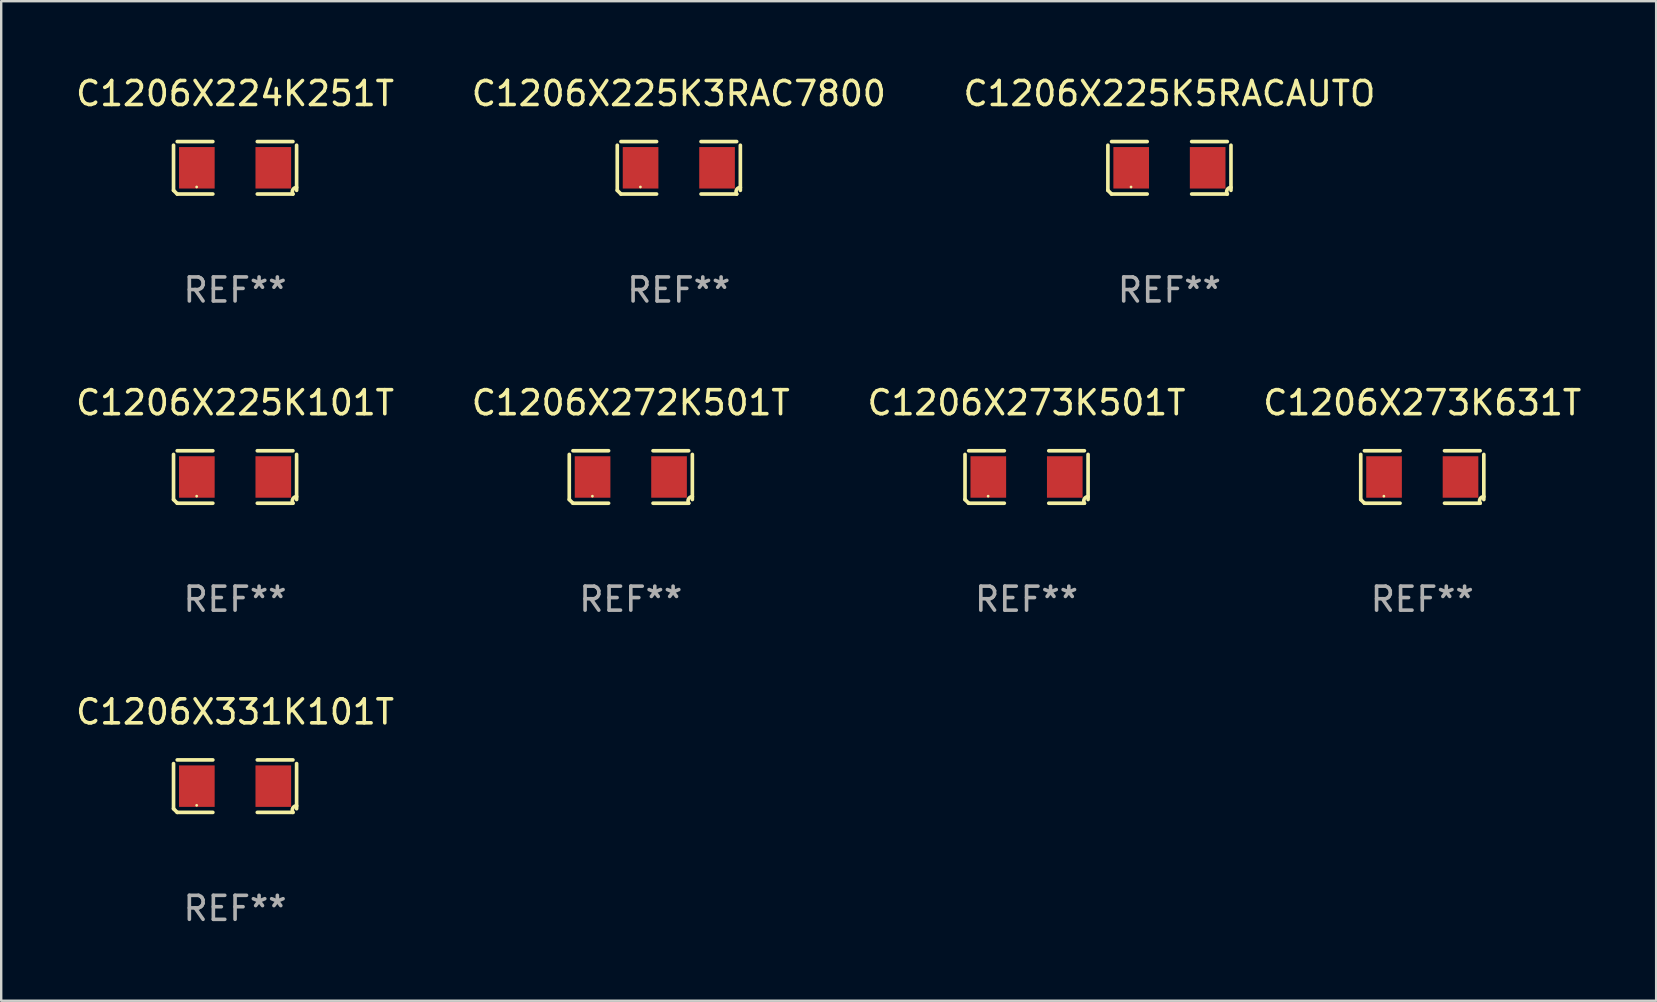
<source format=kicad_pcb>
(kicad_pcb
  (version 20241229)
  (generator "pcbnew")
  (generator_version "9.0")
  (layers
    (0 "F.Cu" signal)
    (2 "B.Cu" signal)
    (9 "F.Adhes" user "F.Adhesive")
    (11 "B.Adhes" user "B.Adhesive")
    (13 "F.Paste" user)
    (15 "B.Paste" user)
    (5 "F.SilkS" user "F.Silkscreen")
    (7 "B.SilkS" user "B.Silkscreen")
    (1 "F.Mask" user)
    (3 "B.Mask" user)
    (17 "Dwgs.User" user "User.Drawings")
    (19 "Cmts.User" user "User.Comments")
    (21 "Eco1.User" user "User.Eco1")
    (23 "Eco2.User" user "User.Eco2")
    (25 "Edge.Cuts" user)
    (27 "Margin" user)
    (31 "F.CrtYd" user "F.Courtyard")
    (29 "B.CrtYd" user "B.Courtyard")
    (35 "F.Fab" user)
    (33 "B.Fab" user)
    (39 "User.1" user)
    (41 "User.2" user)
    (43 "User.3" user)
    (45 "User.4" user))
  (footprint "C1206X273K631T"
    (layer "F.Cu")
    (at 56.208 16.823)
    (property "Reference" "C1206X273K631T" (at 0 -3.093 0) (layer "F.SilkS") (effects (font (size 1 1) (thickness 0.15))))
    (attr through_hole)
    (fp_line (start -2.564 0.94) (end -2.564 -0.94) (stroke (width 0.152) (type solid)) (layer "F.SilkS"))
    (fp_line (start -2.411 -1.093) (end -0.926 -1.093) (stroke (width 0.152) (type solid)) (layer "F.SilkS"))
    (fp_line (start -0.926 1.093) (end -2.411 1.093) (stroke (width 0.152) (type solid)) (layer "F.SilkS"))
    (fp_line (start 0.926 1.093) (end 2.411 1.093) (stroke (width 0.152) (type solid)) (layer "F.SilkS"))
    (fp_line (start 2.411 -1.093) (end 0.926 -1.093) (stroke (width 0.152) (type solid)) (layer "F.SilkS"))
    (fp_line (start 2.564 0.94) (end 2.564 -0.94) (stroke (width 0.152) (type solid)) (layer "F.SilkS"))
    (fp_arc (start -2.411201 1.092609) (mid -2.487413 1.01642) (end -2.563602 0.940208) (stroke (width 0.1524) (type solid)) (layer "F.SilkS"))
    (fp_arc (start 2.411201 1.092609) (mid 2.407159 0.911226) (end 2.563602 0.819347) (stroke (width 0.1524) (type solid)) (layer "F.SilkS"))
    (fp_circle (center -1.6 0.8) (end -1.57 0.8) (stroke (width 0.06) (type solid)) (fill no) (layer "F.SilkS"))
    (fp_text user "REF**" (at 0 5.093 0) (layer "F.Fab") (effects (font (size 1 1) (thickness 0.15))))
    (pad "1" smd rect (at -1.593 0) (size 1.485 1.728) (layers "F.Cu" "F.Mask" "F.Paste"))
    (pad "2" smd rect (at 1.593 0) (size 1.485 1.728) (layers "F.Cu" "F.Mask" "F.Paste")))
  (footprint "C1206X225K5RACAUTO"
    (layer "F.Cu")
    (at 45.673 3.941)
    (property "Reference" "C1206X225K5RACAUTO" (at 0 -3.093 0) (layer "F.SilkS") (effects (font (size 1 1) (thickness 0.15))))
    (attr through_hole)
    (fp_line (start -2.564 0.94) (end -2.564 -0.94) (stroke (width 0.152) (type solid)) (layer "F.SilkS"))
    (fp_line (start -2.411 -1.093) (end -0.926 -1.093) (stroke (width 0.152) (type solid)) (layer "F.SilkS"))
    (fp_line (start -0.926 1.093) (end -2.411 1.093) (stroke (width 0.152) (type solid)) (layer "F.SilkS"))
    (fp_line (start 0.926 1.093) (end 2.411 1.093) (stroke (width 0.152) (type solid)) (layer "F.SilkS"))
    (fp_line (start 2.411 -1.093) (end 0.926 -1.093) (stroke (width 0.152) (type solid)) (layer "F.SilkS"))
    (fp_line (start 2.564 0.94) (end 2.564 -0.94) (stroke (width 0.152) (type solid)) (layer "F.SilkS"))
    (fp_arc (start -2.411201 1.092609) (mid -2.487413 1.01642) (end -2.563602 0.940208) (stroke (width 0.1524) (type solid)) (layer "F.SilkS"))
    (fp_arc (start 2.411201 1.092609) (mid 2.407159 0.911226) (end 2.563602 0.819347) (stroke (width 0.1524) (type solid)) (layer "F.SilkS"))
    (fp_circle (center -1.6 0.8) (end -1.57 0.8) (stroke (width 0.06) (type solid)) (fill no) (layer "F.SilkS"))
    (fp_text user "REF**" (at 0 5.093 0) (layer "F.Fab") (effects (font (size 1 1) (thickness 0.15))))
    (pad "1" smd rect (at -1.593 0) (size 1.485 1.728) (layers "F.Cu" "F.Mask" "F.Paste"))
    (pad "2" smd rect (at 1.593 0) (size 1.485 1.728) (layers "F.Cu" "F.Mask" "F.Paste")))
  (footprint "C1206X272K501T"
    (layer "F.Cu")
    (at 23.232 16.823)
    (property "Reference" "C1206X272K501T" (at 0 -3.093 0) (layer "F.SilkS") (effects (font (size 1 1) (thickness 0.15))))
    (attr through_hole)
    (fp_line (start -2.564 0.94) (end -2.564 -0.94) (stroke (width 0.152) (type solid)) (layer "F.SilkS"))
    (fp_line (start -2.411 -1.093) (end -0.926 -1.093) (stroke (width 0.152) (type solid)) (layer "F.SilkS"))
    (fp_line (start -0.926 1.093) (end -2.411 1.093) (stroke (width 0.152) (type solid)) (layer "F.SilkS"))
    (fp_line (start 0.926 1.093) (end 2.411 1.093) (stroke (width 0.152) (type solid)) (layer "F.SilkS"))
    (fp_line (start 2.411 -1.093) (end 0.926 -1.093) (stroke (width 0.152) (type solid)) (layer "F.SilkS"))
    (fp_line (start 2.564 0.94) (end 2.564 -0.94) (stroke (width 0.152) (type solid)) (layer "F.SilkS"))
    (fp_arc (start -2.411201 1.092609) (mid -2.487413 1.01642) (end -2.563602 0.940208) (stroke (width 0.1524) (type solid)) (layer "F.SilkS"))
    (fp_arc (start 2.411201 1.092609) (mid 2.407159 0.911226) (end 2.563602 0.819347) (stroke (width 0.1524) (type solid)) (layer "F.SilkS"))
    (fp_circle (center -1.6 0.8) (end -1.57 0.8) (stroke (width 0.06) (type solid)) (fill no) (layer "F.SilkS"))
    (fp_text user "REF**" (at 0 5.093 0) (layer "F.Fab") (effects (font (size 1 1) (thickness 0.15))))
    (pad "1" smd rect (at -1.593 0) (size 1.485 1.728) (layers "F.Cu" "F.Mask" "F.Paste"))
    (pad "2" smd rect (at 1.593 0) (size 1.485 1.728) (layers "F.Cu" "F.Mask" "F.Paste")))
  (footprint "C1206X273K501T"
    (layer "F.Cu")
    (at 39.72 16.823)
    (property "Reference" "C1206X273K501T" (at 0 -3.093 0) (layer "F.SilkS") (effects (font (size 1 1) (thickness 0.15))))
    (attr through_hole)
    (fp_line (start -2.564 0.94) (end -2.564 -0.94) (stroke (width 0.152) (type solid)) (layer "F.SilkS"))
    (fp_line (start -2.411 -1.093) (end -0.926 -1.093) (stroke (width 0.152) (type solid)) (layer "F.SilkS"))
    (fp_line (start -0.926 1.093) (end -2.411 1.093) (stroke (width 0.152) (type solid)) (layer "F.SilkS"))
    (fp_line (start 0.926 1.093) (end 2.411 1.093) (stroke (width 0.152) (type solid)) (layer "F.SilkS"))
    (fp_line (start 2.411 -1.093) (end 0.926 -1.093) (stroke (width 0.152) (type solid)) (layer "F.SilkS"))
    (fp_line (start 2.564 0.94) (end 2.564 -0.94) (stroke (width 0.152) (type solid)) (layer "F.SilkS"))
    (fp_arc (start -2.411201 1.092609) (mid -2.487413 1.01642) (end -2.563602 0.940208) (stroke (width 0.1524) (type solid)) (layer "F.SilkS"))
    (fp_arc (start 2.411201 1.092609) (mid 2.407159 0.911226) (end 2.563602 0.819347) (stroke (width 0.1524) (type solid)) (layer "F.SilkS"))
    (fp_circle (center -1.6 0.8) (end -1.57 0.8) (stroke (width 0.06) (type solid)) (fill no) (layer "F.SilkS"))
    (fp_text user "REF**" (at 0 5.093 0) (layer "F.Fab") (effects (font (size 1 1) (thickness 0.15))))
    (pad "1" smd rect (at -1.593 0) (size 1.485 1.728) (layers "F.Cu" "F.Mask" "F.Paste"))
    (pad "2" smd rect (at 1.593 0) (size 1.485 1.728) (layers "F.Cu" "F.Mask" "F.Paste")))
  (footprint "C1206X331K101T"
    (layer "F.Cu")
    (at 6.744 29.704)
    (property "Reference" "C1206X331K101T" (at 0 -3.093 0) (layer "F.SilkS") (effects (font (size 1 1) (thickness 0.15))))
    (attr through_hole)
    (fp_line (start -2.564 0.94) (end -2.564 -0.94) (stroke (width 0.152) (type solid)) (layer "F.SilkS"))
    (fp_line (start -2.411 -1.093) (end -0.926 -1.093) (stroke (width 0.152) (type solid)) (layer "F.SilkS"))
    (fp_line (start -0.926 1.093) (end -2.411 1.093) (stroke (width 0.152) (type solid)) (layer "F.SilkS"))
    (fp_line (start 0.926 1.093) (end 2.411 1.093) (stroke (width 0.152) (type solid)) (layer "F.SilkS"))
    (fp_line (start 2.411 -1.093) (end 0.926 -1.093) (stroke (width 0.152) (type solid)) (layer "F.SilkS"))
    (fp_line (start 2.564 0.94) (end 2.564 -0.94) (stroke (width 0.152) (type solid)) (layer "F.SilkS"))
    (fp_arc (start -2.411201 1.092609) (mid -2.487413 1.01642) (end -2.563602 0.940208) (stroke (width 0.1524) (type solid)) (layer "F.SilkS"))
    (fp_arc (start 2.411201 1.092609) (mid 2.407159 0.911226) (end 2.563602 0.819347) (stroke (width 0.1524) (type solid)) (layer "F.SilkS"))
    (fp_circle (center -1.6 0.8) (end -1.57 0.8) (stroke (width 0.06) (type solid)) (fill no) (layer "F.SilkS"))
    (fp_text user "REF**" (at 0 5.093 0) (layer "F.Fab") (effects (font (size 1 1) (thickness 0.15))))
    (pad "1" smd rect (at -1.593 0) (size 1.485 1.728) (layers "F.Cu" "F.Mask" "F.Paste"))
    (pad "2" smd rect (at 1.593 0) (size 1.485 1.728) (layers "F.Cu" "F.Mask" "F.Paste")))
  (footprint "C1206X225K101T"
    (layer "F.Cu")
    (at 6.744 16.823)
    (property "Reference" "C1206X225K101T" (at 0 -3.093 0) (layer "F.SilkS") (effects (font (size 1 1) (thickness 0.15))))
    (attr through_hole)
    (fp_line (start -2.564 0.94) (end -2.564 -0.94) (stroke (width 0.152) (type solid)) (layer "F.SilkS"))
    (fp_line (start -2.411 -1.093) (end -0.926 -1.093) (stroke (width 0.152) (type solid)) (layer "F.SilkS"))
    (fp_line (start -0.926 1.093) (end -2.411 1.093) (stroke (width 0.152) (type solid)) (layer "F.SilkS"))
    (fp_line (start 0.926 1.093) (end 2.411 1.093) (stroke (width 0.152) (type solid)) (layer "F.SilkS"))
    (fp_line (start 2.411 -1.093) (end 0.926 -1.093) (stroke (width 0.152) (type solid)) (layer "F.SilkS"))
    (fp_line (start 2.564 0.94) (end 2.564 -0.94) (stroke (width 0.152) (type solid)) (layer "F.SilkS"))
    (fp_arc (start -2.411201 1.092609) (mid -2.487413 1.01642) (end -2.563602 0.940208) (stroke (width 0.1524) (type solid)) (layer "F.SilkS"))
    (fp_arc (start 2.411201 1.092609) (mid 2.407159 0.911226) (end 2.563602 0.819347) (stroke (width 0.1524) (type solid)) (layer "F.SilkS"))
    (fp_circle (center -1.6 0.8) (end -1.57 0.8) (stroke (width 0.06) (type solid)) (fill no) (layer "F.SilkS"))
    (fp_text user "REF**" (at 0 5.093 0) (layer "F.Fab") (effects (font (size 1 1) (thickness 0.15))))
    (pad "1" smd rect (at -1.593 0) (size 1.485 1.728) (layers "F.Cu" "F.Mask" "F.Paste"))
    (pad "2" smd rect (at 1.593 0) (size 1.485 1.728) (layers "F.Cu" "F.Mask" "F.Paste")))
  (footprint "C1206X225K3RAC7800"
    (layer "F.Cu")
    (at 25.232 3.941)
    (property "Reference" "C1206X225K3RAC7800" (at 0 -3.093 0) (layer "F.SilkS") (effects (font (size 1 1) (thickness 0.15))))
    (attr through_hole)
    (fp_line (start -2.564 0.94) (end -2.564 -0.94) (stroke (width 0.152) (type solid)) (layer "F.SilkS"))
    (fp_line (start -2.411 -1.093) (end -0.926 -1.093) (stroke (width 0.152) (type solid)) (layer "F.SilkS"))
    (fp_line (start -0.926 1.093) (end -2.411 1.093) (stroke (width 0.152) (type solid)) (layer "F.SilkS"))
    (fp_line (start 0.926 1.093) (end 2.411 1.093) (stroke (width 0.152) (type solid)) (layer "F.SilkS"))
    (fp_line (start 2.411 -1.093) (end 0.926 -1.093) (stroke (width 0.152) (type solid)) (layer "F.SilkS"))
    (fp_line (start 2.564 0.94) (end 2.564 -0.94) (stroke (width 0.152) (type solid)) (layer "F.SilkS"))
    (fp_arc (start -2.411201 1.092609) (mid -2.487413 1.01642) (end -2.563602 0.940208) (stroke (width 0.1524) (type solid)) (layer "F.SilkS"))
    (fp_arc (start 2.411201 1.092609) (mid 2.407159 0.911226) (end 2.563602 0.819347) (stroke (width 0.1524) (type solid)) (layer "F.SilkS"))
    (fp_circle (center -1.6 0.8) (end -1.57 0.8) (stroke (width 0.06) (type solid)) (fill no) (layer "F.SilkS"))
    (fp_text user "REF**" (at 0 5.093 0) (layer "F.Fab") (effects (font (size 1 1) (thickness 0.15))))
    (pad "1" smd rect (at -1.593 0) (size 1.485 1.728) (layers "F.Cu" "F.Mask" "F.Paste"))
    (pad "2" smd rect (at 1.593 0) (size 1.485 1.728) (layers "F.Cu" "F.Mask" "F.Paste")))
  (footprint "C1206X224K251T"
    (layer "F.Cu")
    (at 6.744 3.941)
    (property "Reference" "C1206X224K251T" (at 0 -3.093 0) (layer "F.SilkS") (effects (font (size 1 1) (thickness 0.15))))
    (attr through_hole)
    (fp_line (start -2.564 0.94) (end -2.564 -0.94) (stroke (width 0.152) (type solid)) (layer "F.SilkS"))
    (fp_line (start -2.411 -1.093) (end -0.926 -1.093) (stroke (width 0.152) (type solid)) (layer "F.SilkS"))
    (fp_line (start -0.926 1.093) (end -2.411 1.093) (stroke (width 0.152) (type solid)) (layer "F.SilkS"))
    (fp_line (start 0.926 1.093) (end 2.411 1.093) (stroke (width 0.152) (type solid)) (layer "F.SilkS"))
    (fp_line (start 2.411 -1.093) (end 0.926 -1.093) (stroke (width 0.152) (type solid)) (layer "F.SilkS"))
    (fp_line (start 2.564 0.94) (end 2.564 -0.94) (stroke (width 0.152) (type solid)) (layer "F.SilkS"))
    (fp_arc (start -2.411201 1.092609) (mid -2.487413 1.01642) (end -2.563602 0.940208) (stroke (width 0.1524) (type solid)) (layer "F.SilkS"))
    (fp_arc (start 2.411201 1.092609) (mid 2.407159 0.911226) (end 2.563602 0.819347) (stroke (width 0.1524) (type solid)) (layer "F.SilkS"))
    (fp_circle (center -1.6 0.8) (end -1.57 0.8) (stroke (width 0.06) (type solid)) (fill no) (layer "F.SilkS"))
    (fp_text user "REF**" (at 0 5.093 0) (layer "F.Fab") (effects (font (size 1 1) (thickness 0.15))))
    (pad "1" smd rect (at -1.593 0) (size 1.485 1.728) (layers "F.Cu" "F.Mask" "F.Paste"))
    (pad "2" smd rect (at 1.593 0) (size 1.485 1.728) (layers "F.Cu" "F.Mask" "F.Paste")))
  (gr_rect
    (start -3 -3)
    (end 65.952 38.645)
    (stroke (width 0.1) (type default))
    (fill no)
    (layer "Edge.Cuts")))
</source>
